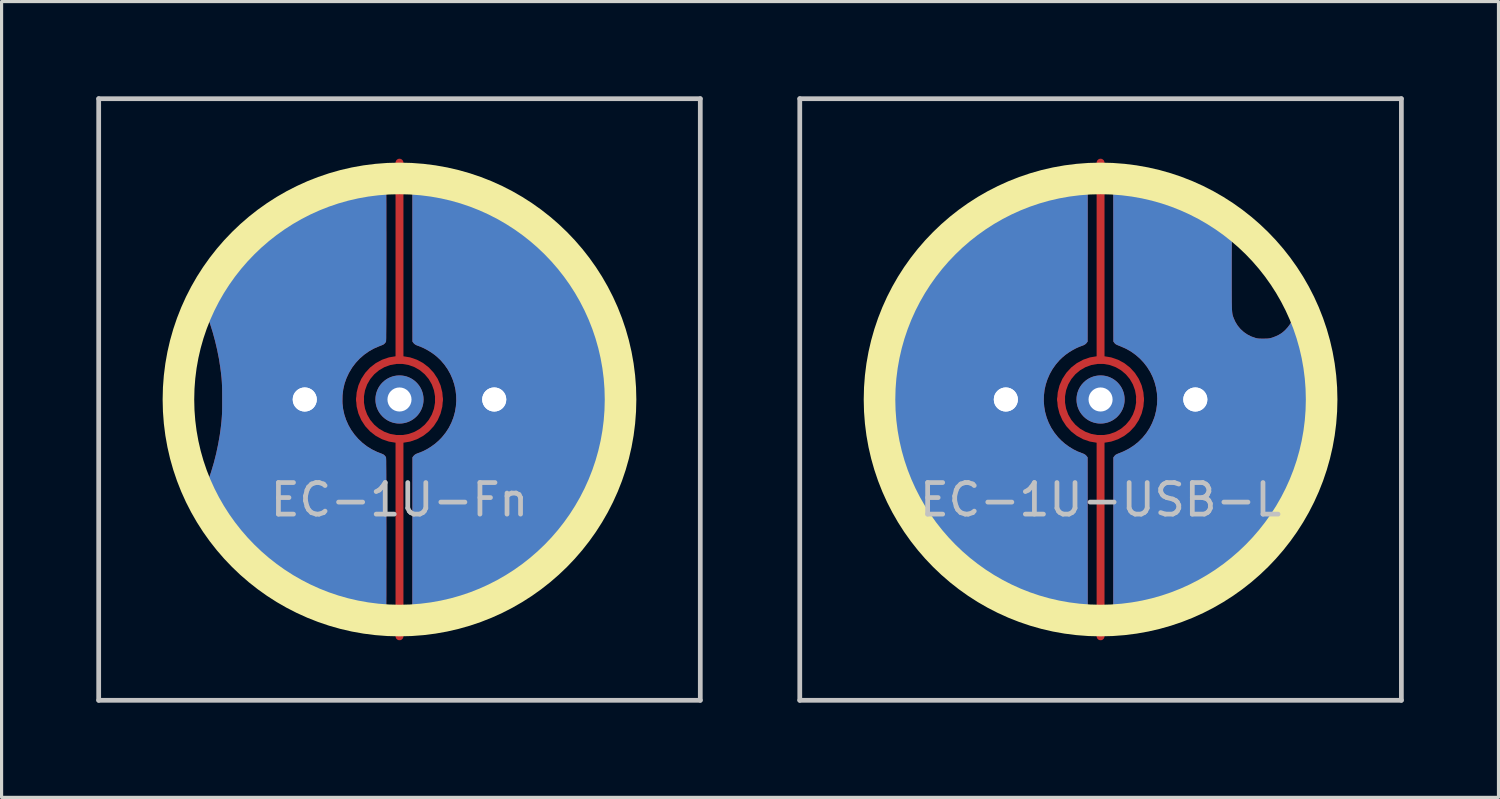
<source format=kicad_pcb>
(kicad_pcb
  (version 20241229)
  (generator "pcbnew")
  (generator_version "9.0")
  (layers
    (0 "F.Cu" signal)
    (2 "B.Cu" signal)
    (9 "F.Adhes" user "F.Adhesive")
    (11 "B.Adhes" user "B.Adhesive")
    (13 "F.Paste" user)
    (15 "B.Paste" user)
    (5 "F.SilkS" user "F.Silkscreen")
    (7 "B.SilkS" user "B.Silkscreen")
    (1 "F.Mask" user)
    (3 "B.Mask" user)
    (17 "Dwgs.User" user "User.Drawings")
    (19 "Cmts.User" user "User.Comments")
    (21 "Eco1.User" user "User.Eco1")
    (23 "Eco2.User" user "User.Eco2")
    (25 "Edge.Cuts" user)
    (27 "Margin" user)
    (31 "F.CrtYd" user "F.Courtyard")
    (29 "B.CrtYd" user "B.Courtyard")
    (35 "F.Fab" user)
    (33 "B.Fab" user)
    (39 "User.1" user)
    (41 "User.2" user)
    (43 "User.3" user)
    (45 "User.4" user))
  (footprint "EC-1U-Fn"
    (layer "F.Cu")
    (at 9.6 9.6)
    (property "Reference" "EC-1U-Fn" (at 0 3.175 0) (layer "Dwgs.User") (effects (font (size 1 1) (thickness 0.15))))
    (attr through_hole)
    (fp_circle (center 0 0) (end 7 0) (stroke (width 1) (type solid)) (fill no) (layer "F.SilkS"))
    (fp_line (start -9.525 -9.525) (end 9.525 -9.525) (stroke (width 0.15) (type solid)) (layer "Dwgs.User"))
    (fp_line (start -9.525 9.525) (end -9.525 -9.525) (stroke (width 0.15) (type solid)) (layer "Dwgs.User"))
    (fp_line (start 9.525 -9.525) (end 9.525 9.525) (stroke (width 0.15) (type solid)) (layer "Dwgs.User"))
    (fp_line (start 9.525 9.525) (end -9.525 9.525) (stroke (width 0.15) (type solid)) (layer "Dwgs.User"))
    (pad "" thru_hole circle (at 0 0) (size 1.524 1.524) (drill 0.762) (layers "*.Cu" "B.Mask"))
    (pad "1" thru_hole circle (at 3 0) (size 1.524 1.524) (drill 0.762) (layers "*.Cu" "B.Mask"))
    (pad "1" thru_hole custom (at 3 0) (size 1.524 1.524) (drill 0.762) (layers "F.Cu") (options (anchor circle)) (primitives (gr_poly (pts (xy -2.587 4.333) (xy -2.585 1.835) (xy -2.556 1.797) (xy -2.526 1.764) (xy -2.49 1.738) (xy -2.444 1.716) (xy -2.4 1.7) (xy -2.266 1.648) (xy -2.131 1.58) (xy -1.997 1.497) (xy -1.869 1.404) (xy -1.751 1.301) (xy -1.651 1.198) (xy -1.534 1.052) (xy -1.434 0.898) (xy -1.352 0.736) (xy -1.287 0.569) (xy -1.24 0.398) (xy -1.21 0.224) (xy -1.197 0.049) (xy -1.201 -0.127) (xy -1.221 -0.302) (xy -1.259 -0.474) (xy -1.314 -0.642) (xy -1.385 -0.805) (xy -1.473 -0.962) (xy -1.577 -1.11) (xy -1.698 -1.25) (xy -1.797 -1.344) (xy -1.891 -1.422) (xy -1.997 -1.497) (xy -2.11 -1.566) (xy -2.224 -1.627) (xy -2.334 -1.676) (xy -2.4 -1.7) (xy -2.458 -1.722) (xy -2.501 -1.745) (xy -2.535 -1.772) (xy -2.556 -1.797) (xy -2.585 -1.835) (xy -2.587 -4.33) (xy -2.588 -4.594) (xy -2.588 -4.839) (xy -2.588 -5.065) (xy -2.588 -5.273) (xy -2.588 -5.465) (xy -2.588 -5.64) (xy -2.588 -5.799) (xy -2.588 -5.944) (xy -2.588 -6.074) (xy -2.588 -6.191) (xy -2.588 -6.296) (xy -2.588 -6.389) (xy -2.587 -6.47) (xy -2.587 -6.542) (xy -2.586 -6.603) (xy -2.585 -6.656) (xy -2.585 -6.701) (xy -2.584 -6.738) (xy -2.583 -6.769) (xy -2.582 -6.794) (xy -2.58 -6.813) (xy -2.579 -6.829) (xy -2.578 -6.84) (xy -2.576 -6.849) (xy -2.574 -6.855) (xy -2.572 -6.86) (xy -2.57 -6.864) (xy -2.534 -6.915) (xy -2.487 -6.95) (xy -2.428 -6.969) (xy -2.357 -6.971) (xy -2.347 -6.97) (xy -1.986 -6.926) (xy -1.637 -6.866) (xy -1.295 -6.789) (xy -0.96 -6.696) (xy -0.627 -6.586) (xy -0.295 -6.458) (xy -0.258 -6.442) (xy -0.185 -6.411) (xy -0.1 -6.371) (xy -0.004 -6.326) (xy 0.096 -6.277) (xy 0.197 -6.226) (xy 0.296 -6.175) (xy 0.387 -6.127) (xy 0.468 -6.083) (xy 0.518 -6.054) (xy 0.841 -5.853) (xy 1.151 -5.638) (xy 1.447 -5.409) (xy 1.728 -5.165) (xy 1.996 -4.907) (xy 2.249 -4.636) (xy 2.487 -4.351) (xy 2.711 -4.053) (xy 2.919 -3.741) (xy 3.112 -3.417) (xy 3.146 -3.356) (xy 3.314 -3.029) (xy 3.464 -2.693) (xy 3.597 -2.35) (xy 3.711 -1.999) (xy 3.807 -1.643) (xy 3.884 -1.283) (xy 3.942 -0.919) (xy 3.981 -0.552) (xy 4.001 -0.183) (xy 4.001 0.186) (xy 3.995 0.345) (xy 3.967 0.716) (xy 3.919 1.083) (xy 3.852 1.445) (xy 3.767 1.801) (xy 3.664 2.152) (xy 3.542 2.496) (xy 3.404 2.832) (xy 3.248 3.161) (xy 3.075 3.481) (xy 2.887 3.791) (xy 2.682 4.092) (xy 2.462 4.382) (xy 2.226 4.66) (xy 1.976 4.927) (xy 1.711 5.18) (xy 1.432 5.421) (xy 1.14 5.647) (xy 0.905 5.812) (xy 0.589 6.012) (xy 0.264 6.194) (xy -0.07 6.358) (xy -0.412 6.505) (xy -0.762 6.633) (xy -1.119 6.743) (xy -1.483 6.834) (xy -1.844 6.904) (xy -1.929 6.918) (xy -2.017 6.931) (xy -2.105 6.943) (xy -2.188 6.953) (xy -2.263 6.961) (xy -2.327 6.967) (xy -2.374 6.969) (xy -2.376 6.969) (xy -2.418 6.969) (xy -2.446 6.967) (xy -2.468 6.96) (xy -2.489 6.948) (xy -2.501 6.94) (xy -2.532 6.914) (xy -2.559 6.883) (xy -2.567 6.87) (xy -2.589 6.83) (xy -2.587 4.333)) (width 0.01) (fill yes))))
    (pad "2" thru_hole circle (at -3 0) (size 1.524 1.524) (drill 0.762) (layers "*.Cu" "B.Mask"))
    (pad "2" thru_hole custom (at -3 0) (size 1.524 1.524) (drill 0.762) (layers "F.Cu") (options (anchor circle)) (primitives (gr_poly (pts (xy 2.427 -6.969) (xy 2.444 -6.966) (xy 2.496 -6.942) (xy 2.54 -6.902) (xy 2.565 -6.865) (xy 2.567 -6.86) (xy 2.569 -6.855) (xy 2.571 -6.848) (xy 2.572 -6.84) (xy 2.574 -6.828) (xy 2.575 -6.812) (xy 2.577 -6.792) (xy 2.578 -6.767) (xy 2.579 -6.736) (xy 2.58 -6.698) (xy 2.58 -6.652) (xy 2.581 -6.599) (xy 2.582 -6.536) (xy 2.582 -6.464) (xy 2.583 -6.381) (xy 2.583 -6.287) (xy 2.584 -6.181) (xy 2.584 -6.063) (xy 2.584 -5.931) (xy 2.584 -5.785) (xy 2.584 -5.624) (xy 2.584 -5.447) (xy 2.585 -5.254) (xy 2.585 -5.044) (xy 2.585 -4.816) (xy 2.585 -4.569) (xy 2.585 -4.344) (xy 2.585 -4.05) (xy 2.585 -3.775) (xy 2.584 -3.52) (xy 2.584 -3.284) (xy 2.584 -3.066) (xy 2.583 -2.868) (xy 2.583 -2.687) (xy 2.582 -2.525) (xy 2.582 -2.381) (xy 2.581 -2.254) (xy 2.58 -2.145) (xy 2.579 -2.052) (xy 2.579 -1.976) (xy 2.578 -1.917) (xy 2.576 -1.874) (xy 2.575 -1.846) (xy 2.574 -1.835) (xy 2.574 -1.835) (xy 2.554 -1.799) (xy 2.522 -1.764) (xy 2.488 -1.738) (xy 2.485 -1.737) (xy 2.465 -1.728) (xy 2.431 -1.714) (xy 2.39 -1.698) (xy 2.359 -1.686) (xy 2.19 -1.613) (xy 2.029 -1.522) (xy 1.878 -1.415) (xy 1.738 -1.293) (xy 1.612 -1.157) (xy 1.5 -1.009) (xy 1.499 -1.006) (xy 1.4 -0.842) (xy 1.321 -0.673) (xy 1.26 -0.5) (xy 1.219 -0.32) (xy 1.197 -0.135) (xy 1.193 0.058) (xy 1.195 0.123) (xy 1.215 0.302) (xy 1.254 0.478) (xy 1.311 0.648) (xy 1.384 0.812) (xy 1.473 0.967) (xy 1.578 1.113) (xy 1.696 1.249) (xy 1.827 1.372) (xy 1.97 1.483) (xy 2.123 1.578) (xy 2.287 1.658) (xy 2.359 1.686) (xy 2.404 1.703) (xy 2.443 1.719) (xy 2.473 1.731) (xy 2.485 1.737) (xy 2.519 1.761) (xy 2.551 1.796) (xy 2.573 1.831) (xy 2.574 1.835) (xy 2.575 1.846) (xy 2.576 1.873) (xy 2.578 1.915) (xy 2.579 1.974) (xy 2.579 2.049) (xy 2.58 2.141) (xy 2.581 2.25) (xy 2.582 2.376) (xy 2.582 2.52) (xy 2.583 2.682) (xy 2.583 2.861) (xy 2.584 3.059) (xy 2.584 3.276) (xy 2.584 3.511) (xy 2.584 3.766) (xy 2.585 4.04) (xy 2.585 4.334) (xy 2.585 4.344) (xy 2.585 4.608) (xy 2.585 4.851) (xy 2.585 5.077) (xy 2.585 5.284) (xy 2.584 5.475) (xy 2.584 5.649) (xy 2.584 5.808) (xy 2.584 5.952) (xy 2.584 6.082) (xy 2.584 6.198) (xy 2.583 6.302) (xy 2.583 6.394) (xy 2.582 6.475) (xy 2.582 6.546) (xy 2.581 6.607) (xy 2.58 6.66) (xy 2.58 6.704) (xy 2.579 6.741) (xy 2.578 6.771) (xy 2.576 6.796) (xy 2.575 6.815) (xy 2.574 6.83) (xy 2.572 6.841) (xy 2.571 6.85) (xy 2.569 6.856) (xy 2.567 6.861) (xy 2.565 6.865) (xy 2.531 6.912) (xy 2.486 6.948) (xy 2.447 6.965) (xy 2.422 6.971) (xy 2.398 6.973) (xy 2.368 6.973) (xy 2.325 6.969) (xy 2.324 6.969) (xy 1.949 6.921) (xy 1.579 6.855) (xy 1.215 6.77) (xy 0.857 6.665) (xy 0.506 6.543) (xy 0.163 6.402) (xy -0.173 6.242) (xy -0.5 6.065) (xy -0.818 5.87) (xy -1.127 5.658) (xy -1.213 5.594) (xy -1.494 5.372) (xy -1.763 5.135) (xy -2.021 4.884) (xy -2.265 4.621) (xy -2.495 4.347) (xy -2.709 4.063) (xy -2.907 3.77) (xy -3.088 3.47) (xy -3.209 3.245) (xy -3.228 3.208) (xy -3.243 3.177) (xy -3.252 3.149) (xy -3.256 3.122) (xy -3.255 3.093) (xy -3.248 3.058) (xy -3.235 3.016) (xy -3.215 2.963) (xy -3.188 2.897) (xy -3.156 2.819) (xy -3.055 2.559) (xy -2.962 2.284) (xy -2.878 2) (xy -2.804 1.709) (xy -2.742 1.416) (xy -2.691 1.126) (xy -2.665 0.94) (xy -2.654 0.844) (xy -2.644 0.759) (xy -2.636 0.683) (xy -2.63 0.611) (xy -2.625 0.541) (xy -2.621 0.47) (xy -2.618 0.394) (xy -2.616 0.311) (xy -2.615 0.217) (xy -2.615 0.109) (xy -2.615 -0.01) (xy -2.615 -0.141) (xy -2.616 -0.255) (xy -2.617 -0.355) (xy -2.62 -0.445) (xy -2.624 -0.528) (xy -2.629 -0.607) (xy -2.635 -0.686) (xy -2.644 -0.767) (xy -2.654 -0.855) (xy -2.666 -0.951) (xy -2.675 -1.017) (xy -2.718 -1.293) (xy -2.774 -1.575) (xy -2.841 -1.858) (xy -2.917 -2.137) (xy -3.003 -2.41) (xy -3.096 -2.67) (xy -3.156 -2.819) (xy -3.188 -2.896) (xy -3.213 -2.957) (xy -3.231 -3.005) (xy -3.244 -3.041) (xy -3.252 -3.069) (xy -3.257 -3.09) (xy -3.258 -3.108) (xy -3.257 -3.123) (xy -3.257 -3.125) (xy -3.248 -3.156) (xy -3.23 -3.202) (xy -3.202 -3.26) (xy -3.166 -3.329) (xy -3.123 -3.407) (xy -3.075 -3.492) (xy -3.022 -3.581) (xy -2.965 -3.674) (xy -2.906 -3.768) (xy -2.846 -3.861) (xy -2.786 -3.951) (xy -2.727 -4.037) (xy -2.725 -4.04) (xy -2.517 -4.318) (xy -2.292 -4.589) (xy -2.054 -4.85) (xy -1.803 -5.098) (xy -1.543 -5.331) (xy -1.313 -5.52) (xy -1.014 -5.74) (xy -0.704 -5.944) (xy -0.384 -6.131) (xy -0.055 -6.301) (xy 0.281 -6.453) (xy 0.625 -6.587) (xy 0.976 -6.703) (xy 1.332 -6.8) (xy 1.692 -6.878) (xy 2.039 -6.935) (xy 2.143 -6.948) (xy 2.229 -6.959) (xy 2.298 -6.966) (xy 2.353 -6.97) (xy 2.396 -6.971) (xy 2.427 -6.969)) (width 0) (fill yes))))
    (pad "3" smd custom (at 0 -7.5) (size 0.25 0.25) (layers "F.Cu") (options (anchor circle)) (primitives (gr_line (start 0 6.25) (end 0 0) (width 0.25)) (gr_arc (start -1.25 7.5) (mid 0 6.25) (end 1.25 7.5) (width 0.25))))
    (pad "3" smd custom (at 0 7.5 180) (size 0.25 0.25) (layers "F.Cu") (options (anchor circle)) (primitives (gr_line (start 0 6.25) (end 0 0) (width 0.25)) (gr_arc (start -1.25 7.5) (mid 0 6.25) (end 1.25 7.5) (width 0.25)))))
  (footprint "EC-1U-USB-L"
    (layer "F.Cu")
    (at 31.8 9.6)
    (property "Reference" "EC-1U-USB-L" (at 0 3.175 0) (layer "Dwgs.User") (effects (font (size 1 1) (thickness 0.15))))
    (attr through_hole)
    (fp_circle (center 0 0) (end 7 0) (stroke (width 1) (type solid)) (fill no) (layer "F.SilkS"))
    (fp_line (start -9.525 -9.525) (end 9.525 -9.525) (stroke (width 0.15) (type solid)) (layer "Dwgs.User"))
    (fp_line (start -9.525 9.525) (end -9.525 -9.525) (stroke (width 0.15) (type solid)) (layer "Dwgs.User"))
    (fp_line (start 9.525 -9.525) (end 9.525 9.525) (stroke (width 0.15) (type solid)) (layer "Dwgs.User"))
    (fp_line (start 9.525 9.525) (end -9.525 9.525) (stroke (width 0.15) (type solid)) (layer "Dwgs.User"))
    (pad "" thru_hole circle (at 0 0) (size 1.524 1.524) (drill 0.762) (layers "*.Cu" "B.Mask"))
    (pad "1" thru_hole circle (at 3 0) (size 1.524 1.524) (drill 0.762) (layers "*.Cu" "B.Mask"))
    (pad "1" thru_hole custom (at 3 0 180) (size 1.524 1.524) (drill 0.762) (layers "F.Cu") (options (anchor circle)) (primitives (gr_poly (pts (xy 2.456 6.967) (xy 2.478 6.96) (xy 2.499 6.949) (xy 2.511 6.94) (xy 2.542 6.914) (xy 2.569 6.883) (xy 2.577 6.87) (xy 2.599 6.83) (xy 2.597 4.333) (xy 2.595 1.835) (xy 2.566 1.798) (xy 2.549 1.776) (xy 2.531 1.759) (xy 2.51 1.744) (xy 2.48 1.729) (xy 2.44 1.712) (xy 2.385 1.69) (xy 2.374 1.686) (xy 2.201 1.61) (xy 2.039 1.519) (xy 1.891 1.413) (xy 1.755 1.295) (xy 1.633 1.165) (xy 1.525 1.025) (xy 1.431 0.875) (xy 1.353 0.717) (xy 1.291 0.552) (xy 1.245 0.381) (xy 1.216 0.206) (xy 1.205 0.027) (xy 1.212 -0.154) (xy 1.237 -0.336) (xy 1.282 -0.519) (xy 1.299 -0.573) (xy 1.368 -0.748) (xy 1.453 -0.914) (xy 1.555 -1.068) (xy 1.672 -1.211) (xy 1.803 -1.341) (xy 1.948 -1.457) (xy 2.105 -1.558) (xy 2.273 -1.644) (xy 2.374 -1.686) (xy 2.432 -1.708) (xy 2.474 -1.726) (xy 2.505 -1.741) (xy 2.528 -1.756) (xy 2.546 -1.773) (xy 2.563 -1.794) (xy 2.566 -1.798) (xy 2.595 -1.835) (xy 2.597 -4.333) (xy 2.599 -6.83) (xy 2.577 -6.87) (xy 2.546 -6.913) (xy 2.507 -6.943) (xy 2.459 -6.962) (xy 2.398 -6.97) (xy 2.323 -6.968) (xy 2.284 -6.965) (xy 1.94 -6.917) (xy 1.608 -6.857) (xy 1.311 -6.791) (xy 0.958 -6.693) (xy 0.609 -6.576) (xy 0.267 -6.441) (xy -0.069 -6.287) (xy -0.396 -6.117) (xy -0.714 -5.929) (xy -1.021 -5.725) (xy -1.316 -5.505) (xy -1.351 -5.478) (xy -1.636 -5.238) (xy -1.908 -4.984) (xy -2.165 -4.717) (xy -2.407 -4.437) (xy -2.633 -4.146) (xy -2.843 -3.843) (xy -3.038 -3.53) (xy -3.215 -3.207) (xy -3.375 -2.875) (xy -3.518 -2.534) (xy -3.643 -2.186) (xy -3.749 -1.83) (xy -3.77 -1.751) (xy -3.854 -1.384) (xy -3.919 -1.015) (xy -3.963 -0.646) (xy -3.988 -0.276) (xy -3.992 0.095) (xy -3.977 0.468) (xy -3.942 0.843) (xy -3.925 0.976) (xy -3.869 1.311) (xy -3.795 1.648) (xy -3.704 1.985) (xy -3.597 2.318) (xy -3.474 2.645) (xy -3.393 2.835) (xy -3.368 2.892) (xy -3.348 2.932) (xy -3.332 2.96) (xy -3.318 2.977) (xy -3.305 2.987) (xy -3.304 2.988) (xy -3.26 3.002) (xy -3.221 2.997) (xy -3.19 2.976) (xy -3.167 2.941) (xy -3.156 2.893) (xy -3.155 2.874) (xy -3.15 2.805) (xy -3.136 2.724) (xy -3.114 2.64) (xy -3.087 2.557) (xy -3.055 2.482) (xy -3.05 2.472) (xy -2.995 2.379) (xy -2.927 2.288) (xy -2.849 2.202) (xy -2.766 2.128) (xy -2.711 2.088) (xy -2.633 2.042) (xy -2.543 2) (xy -2.452 1.965) (xy -2.404 1.95) (xy -2.368 1.941) (xy -2.334 1.935) (xy -2.297 1.93) (xy -2.252 1.928) (xy -2.195 1.927) (xy -2.154 1.927) (xy -2.088 1.927) (xy -2.037 1.928) (xy -1.997 1.931) (xy -1.962 1.936) (xy -1.928 1.943) (xy -1.904 1.95) (xy -1.771 1.996) (xy -1.647 2.059) (xy -1.533 2.138) (xy -1.431 2.231) (xy -1.343 2.337) (xy -1.27 2.454) (xy -1.217 2.571) (xy -1.208 2.596) (xy -1.199 2.619) (xy -1.192 2.642) (xy -1.185 2.664) (xy -1.179 2.689) (xy -1.174 2.716) (xy -1.17 2.747) (xy -1.166 2.783) (xy -1.163 2.825) (xy -1.16 2.875) (xy -1.158 2.934) (xy -1.157 3.002) (xy -1.155 3.082) (xy -1.155 3.173) (xy -1.154 3.278) (xy -1.154 3.398) (xy -1.153 3.533) (xy -1.153 3.685) (xy -1.153 3.856) (xy -1.153 3.968) (xy -1.153 4.15) (xy -1.153 4.312) (xy -1.153 4.457) (xy -1.154 4.586) (xy -1.154 4.699) (xy -1.155 4.799) (xy -1.156 4.885) (xy -1.157 4.959) (xy -1.159 5.023) (xy -1.161 5.078) (xy -1.163 5.124) (xy -1.166 5.164) (xy -1.17 5.197) (xy -1.174 5.226) (xy -1.179 5.252) (xy -1.185 5.275) (xy -1.191 5.297) (xy -1.198 5.319) (xy -1.206 5.342) (xy -1.209 5.349) (xy -1.223 5.401) (xy -1.232 5.451) (xy -1.233 5.476) (xy -1.232 5.504) (xy -1.227 5.529) (xy -1.217 5.554) (xy -1.201 5.579) (xy -1.176 5.606) (xy -1.142 5.636) (xy -1.097 5.672) (xy -1.039 5.713) (xy -0.967 5.763) (xy -0.895 5.812) (xy -0.585 6.008) (xy -0.265 6.188) (xy 0.065 6.351) (xy 0.404 6.497) (xy 0.749 6.625) (xy 1.099 6.734) (xy 1.453 6.825) (xy 1.524 6.84) (xy 1.638 6.864) (xy 1.755 6.886) (xy 1.872 6.906) (xy 1.987 6.925) (xy 2.096 6.941) (xy 2.197 6.953) (xy 2.285 6.963) (xy 2.358 6.968) (xy 2.386 6.969) (xy 2.428 6.969) (xy 2.456 6.967)) (width 0) (fill yes))))
    (pad "2" thru_hole circle (at -3 0) (size 1.524 1.524) (drill 0.762) (layers "*.Cu" "B.Mask"))
    (pad "2" thru_hole custom (at -3 0 180) (size 1.524 1.524) (drill 0.762) (layers "F.Cu") (options (anchor circle)) (primitives (gr_poly (pts (xy -2.587 -4.333) (xy -2.585 -1.835) (xy -2.556 -1.797) (xy -2.526 -1.764) (xy -2.49 -1.738) (xy -2.444 -1.716) (xy -2.4 -1.7) (xy -2.266 -1.648) (xy -2.131 -1.58) (xy -1.997 -1.497) (xy -1.869 -1.404) (xy -1.751 -1.301) (xy -1.651 -1.198) (xy -1.534 -1.052) (xy -1.434 -0.898) (xy -1.352 -0.736) (xy -1.287 -0.569) (xy -1.24 -0.398) (xy -1.21 -0.224) (xy -1.197 -0.049) (xy -1.201 0.127) (xy -1.221 0.302) (xy -1.259 0.474) (xy -1.314 0.642) (xy -1.385 0.805) (xy -1.473 0.962) (xy -1.577 1.11) (xy -1.698 1.25) (xy -1.797 1.344) (xy -1.891 1.422) (xy -1.997 1.497) (xy -2.11 1.566) (xy -2.224 1.627) (xy -2.334 1.676) (xy -2.4 1.7) (xy -2.458 1.722) (xy -2.501 1.745) (xy -2.535 1.772) (xy -2.556 1.797) (xy -2.585 1.835) (xy -2.587 4.33) (xy -2.588 4.594) (xy -2.588 4.839) (xy -2.588 5.065) (xy -2.588 5.273) (xy -2.588 5.465) (xy -2.588 5.64) (xy -2.588 5.799) (xy -2.588 5.944) (xy -2.588 6.074) (xy -2.588 6.191) (xy -2.588 6.296) (xy -2.588 6.389) (xy -2.587 6.47) (xy -2.587 6.542) (xy -2.586 6.603) (xy -2.585 6.656) (xy -2.585 6.701) (xy -2.584 6.738) (xy -2.583 6.769) (xy -2.582 6.794) (xy -2.58 6.813) (xy -2.579 6.829) (xy -2.578 6.84) (xy -2.576 6.849) (xy -2.574 6.855) (xy -2.572 6.86) (xy -2.57 6.864) (xy -2.534 6.915) (xy -2.487 6.95) (xy -2.428 6.969) (xy -2.357 6.971) (xy -2.347 6.97) (xy -1.986 6.926) (xy -1.637 6.866) (xy -1.295 6.789) (xy -0.96 6.696) (xy -0.627 6.586) (xy -0.295 6.458) (xy -0.258 6.442) (xy -0.185 6.411) (xy -0.1 6.371) (xy -0.004 6.326) (xy 0.096 6.277) (xy 0.197 6.226) (xy 0.296 6.175) (xy 0.387 6.127) (xy 0.468 6.083) (xy 0.518 6.054) (xy 0.841 5.853) (xy 1.151 5.638) (xy 1.447 5.409) (xy 1.728 5.165) (xy 1.996 4.907) (xy 2.249 4.636) (xy 2.487 4.351) (xy 2.711 4.053) (xy 2.919 3.741) (xy 3.112 3.417) (xy 3.146 3.356) (xy 3.314 3.029) (xy 3.464 2.693) (xy 3.597 2.35) (xy 3.711 1.999) (xy 3.807 1.643) (xy 3.884 1.283) (xy 3.942 0.919) (xy 3.981 0.552) (xy 4.001 0.183) (xy 4.001 -0.186) (xy 3.995 -0.345) (xy 3.967 -0.716) (xy 3.919 -1.083) (xy 3.852 -1.445) (xy 3.767 -1.801) (xy 3.664 -2.152) (xy 3.542 -2.496) (xy 3.404 -2.832) (xy 3.248 -3.161) (xy 3.075 -3.481) (xy 2.887 -3.791) (xy 2.682 -4.092) (xy 2.462 -4.382) (xy 2.226 -4.66) (xy 1.976 -4.927) (xy 1.711 -5.18) (xy 1.432 -5.421) (xy 1.14 -5.647) (xy 0.905 -5.812) (xy 0.589 -6.012) (xy 0.264 -6.194) (xy -0.07 -6.358) (xy -0.412 -6.505) (xy -0.762 -6.633) (xy -1.119 -6.743) (xy -1.483 -6.834) (xy -1.844 -6.904) (xy -1.929 -6.918) (xy -2.017 -6.931) (xy -2.105 -6.943) (xy -2.188 -6.953) (xy -2.263 -6.961) (xy -2.327 -6.967) (xy -2.374 -6.969) (xy -2.376 -6.969) (xy -2.418 -6.969) (xy -2.446 -6.967) (xy -2.468 -6.96) (xy -2.489 -6.948) (xy -2.501 -6.94) (xy -2.532 -6.914) (xy -2.559 -6.883) (xy -2.567 -6.87) (xy -2.589 -6.83) (xy -2.587 -4.333)) (width 0.01) (fill yes))))
    (pad "3" smd custom (at 0 -7.5) (size 0.25 0.25) (layers "F.Cu") (options (anchor circle)) (primitives (gr_line (start 0 6.25) (end 0 0) (width 0.25)) (gr_arc (start -1.25 7.5) (mid 0 6.25) (end 1.25 7.5) (width 0.25))))
    (pad "3" smd custom (at 0 7.5 180) (size 0.25 0.25) (layers "F.Cu") (options (anchor circle)) (primitives (gr_line (start 0 6.25) (end 0 0) (width 0.25)) (gr_arc (start -1.25 7.5) (mid 0 6.25) (end 1.25 7.5) (width 0.25)))))
  (gr_rect
    (start -3 -3)
    (end 44.4 22.2)
    (stroke (width 0.1) (type default))
    (fill no)
    (layer "Edge.Cuts")))
</source>
